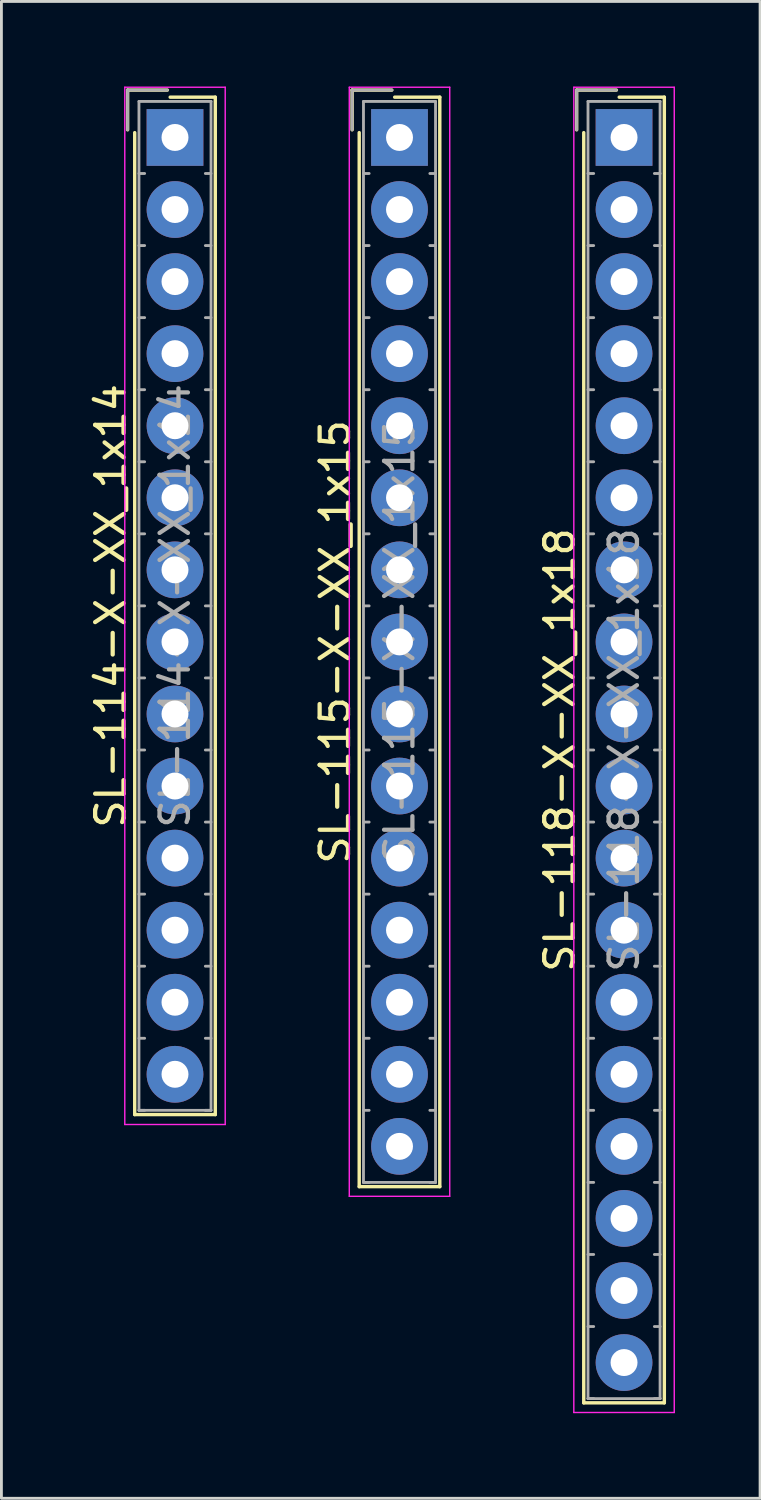
<source format=kicad_pcb>
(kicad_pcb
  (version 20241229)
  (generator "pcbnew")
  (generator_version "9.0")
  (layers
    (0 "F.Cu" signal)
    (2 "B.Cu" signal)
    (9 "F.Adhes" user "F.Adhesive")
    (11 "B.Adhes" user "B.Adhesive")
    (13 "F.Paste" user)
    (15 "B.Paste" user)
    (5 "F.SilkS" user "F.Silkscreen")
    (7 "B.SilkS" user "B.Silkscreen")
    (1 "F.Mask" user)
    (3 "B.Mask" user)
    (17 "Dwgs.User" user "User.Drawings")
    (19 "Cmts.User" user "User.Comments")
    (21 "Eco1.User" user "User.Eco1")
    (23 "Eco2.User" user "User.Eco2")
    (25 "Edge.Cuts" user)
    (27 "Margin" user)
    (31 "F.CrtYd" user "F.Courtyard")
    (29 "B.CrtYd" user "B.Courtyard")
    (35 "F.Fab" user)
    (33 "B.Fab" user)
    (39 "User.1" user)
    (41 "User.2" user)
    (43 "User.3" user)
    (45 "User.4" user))
  (footprint "SL-118-X-XX_1x18"
    (layer "F.Cu")
    (at 18.945 1.795)
    (property "Reference" "SL-118-X-XX_1x18" (at -2.27 21.59 90) (layer "F.SilkS") (effects (font (size 1 1) (thickness 0.15))))
    (attr through_hole)
    (fp_line (start -1.67 -1.67) (end -1.67 -0.27) (stroke (width 0.12) (type solid)) (layer "F.SilkS"))
    (fp_line (start -1.42 44.6) (end -1.42 -0.17) (stroke (width 0.12) (type solid)) (layer "F.SilkS"))
    (fp_line (start -0.27 -1.67) (end -1.67 -1.67) (stroke (width 0.12) (type solid)) (layer "F.SilkS"))
    (fp_line (start -0.17 -1.42) (end 1.42 -1.42) (stroke (width 0.12) (type solid)) (layer "F.SilkS"))
    (fp_line (start 1.42 -1.42) (end 1.42 44.6) (stroke (width 0.12) (type solid)) (layer "F.SilkS"))
    (fp_line (start 1.42 44.6) (end -1.42 44.6) (stroke (width 0.12) (type solid)) (layer "F.SilkS"))
    (fp_line (start -1.77 -1.77) (end -1.77 44.94) (stroke (width 0.05) (type solid)) (layer "F.CrtYd"))
    (fp_line (start -1.77 44.94) (end 1.77 44.94) (stroke (width 0.05) (type solid)) (layer "F.CrtYd"))
    (fp_line (start 1.77 -1.77) (end -1.77 -1.77) (stroke (width 0.05) (type solid)) (layer "F.CrtYd"))
    (fp_line (start 1.77 44.94) (end 1.77 -1.77) (stroke (width 0.05) (type solid)) (layer "F.CrtYd"))
    (fp_line (start -1.67 -1.67) (end -1.67 -0.27) (stroke (width 0.1) (type solid)) (layer "F.Fab"))
    (fp_line (start -1.27 -1.27) (end -1.27 44.45) (stroke (width 0.1) (type solid)) (layer "F.Fab"))
    (fp_line (start -1.27 1.27) (end -1.07 1.27) (stroke (width 0.1) (type solid)) (layer "F.Fab"))
    (fp_line (start -1.27 3.81) (end -1.07 3.81) (stroke (width 0.1) (type solid)) (layer "F.Fab"))
    (fp_line (start -1.27 6.35) (end -1.07 6.35) (stroke (width 0.1) (type solid)) (layer "F.Fab"))
    (fp_line (start -1.27 8.89) (end -1.07 8.89) (stroke (width 0.1) (type solid)) (layer "F.Fab"))
    (fp_line (start -1.27 11.43) (end -1.07 11.43) (stroke (width 0.1) (type solid)) (layer "F.Fab"))
    (fp_line (start -1.27 13.97) (end -1.07 13.97) (stroke (width 0.1) (type solid)) (layer "F.Fab"))
    (fp_line (start -1.27 16.51) (end -1.07 16.51) (stroke (width 0.1) (type solid)) (layer "F.Fab"))
    (fp_line (start -1.27 19.05) (end -1.07 19.05) (stroke (width 0.1) (type solid)) (layer "F.Fab"))
    (fp_line (start -1.27 21.59) (end -1.07 21.59) (stroke (width 0.1) (type solid)) (layer "F.Fab"))
    (fp_line (start -1.27 24.13) (end -1.07 24.13) (stroke (width 0.1) (type solid)) (layer "F.Fab"))
    (fp_line (start -1.27 26.67) (end -1.07 26.67) (stroke (width 0.1) (type solid)) (layer "F.Fab"))
    (fp_line (start -1.27 29.21) (end -1.07 29.21) (stroke (width 0.1) (type solid)) (layer "F.Fab"))
    (fp_line (start -1.27 31.75) (end -1.07 31.75) (stroke (width 0.1) (type solid)) (layer "F.Fab"))
    (fp_line (start -1.27 34.29) (end -1.07 34.29) (stroke (width 0.1) (type solid)) (layer "F.Fab"))
    (fp_line (start -1.27 36.83) (end -1.07 36.83) (stroke (width 0.1) (type solid)) (layer "F.Fab"))
    (fp_line (start -1.27 39.37) (end -1.07 39.37) (stroke (width 0.1) (type solid)) (layer "F.Fab"))
    (fp_line (start -1.27 41.91) (end -1.07 41.91) (stroke (width 0.1) (type solid)) (layer "F.Fab"))
    (fp_line (start -1.27 44.45) (end -1.07 44.45) (stroke (width 0.1) (type solid)) (layer "F.Fab"))
    (fp_line (start -1.27 44.45) (end 1.27 44.45) (stroke (width 0.1) (type solid)) (layer "F.Fab"))
    (fp_line (start -0.27 -1.67) (end -1.67 -1.67) (stroke (width 0.1) (type solid)) (layer "F.Fab"))
    (fp_line (start 1.27 -1.27) (end -1.27 -1.27) (stroke (width 0.1) (type solid)) (layer "F.Fab"))
    (fp_line (start 1.27 1.27) (end 1.07 1.27) (stroke (width 0.1) (type solid)) (layer "F.Fab"))
    (fp_line (start 1.27 3.81) (end 1.07 3.81) (stroke (width 0.1) (type solid)) (layer "F.Fab"))
    (fp_line (start 1.27 6.35) (end 1.07 6.35) (stroke (width 0.1) (type solid)) (layer "F.Fab"))
    (fp_line (start 1.27 8.89) (end 1.07 8.89) (stroke (width 0.1) (type solid)) (layer "F.Fab"))
    (fp_line (start 1.27 11.43) (end 1.07 11.43) (stroke (width 0.1) (type solid)) (layer "F.Fab"))
    (fp_line (start 1.27 13.97) (end 1.07 13.97) (stroke (width 0.1) (type solid)) (layer "F.Fab"))
    (fp_line (start 1.27 16.51) (end 1.07 16.51) (stroke (width 0.1) (type solid)) (layer "F.Fab"))
    (fp_line (start 1.27 19.05) (end 1.07 19.05) (stroke (width 0.1) (type solid)) (layer "F.Fab"))
    (fp_line (start 1.27 21.59) (end 1.07 21.59) (stroke (width 0.1) (type solid)) (layer "F.Fab"))
    (fp_line (start 1.27 24.13) (end 1.07 24.13) (stroke (width 0.1) (type solid)) (layer "F.Fab"))
    (fp_line (start 1.27 26.67) (end 1.07 26.67) (stroke (width 0.1) (type solid)) (layer "F.Fab"))
    (fp_line (start 1.27 29.21) (end 1.07 29.21) (stroke (width 0.1) (type solid)) (layer "F.Fab"))
    (fp_line (start 1.27 31.75) (end 1.07 31.75) (stroke (width 0.1) (type solid)) (layer "F.Fab"))
    (fp_line (start 1.27 34.29) (end 1.07 34.29) (stroke (width 0.1) (type solid)) (layer "F.Fab"))
    (fp_line (start 1.27 36.83) (end 1.07 36.83) (stroke (width 0.1) (type solid)) (layer "F.Fab"))
    (fp_line (start 1.27 39.37) (end 1.07 39.37) (stroke (width 0.1) (type solid)) (layer "F.Fab"))
    (fp_line (start 1.27 41.91) (end 1.07 41.91) (stroke (width 0.1) (type solid)) (layer "F.Fab"))
    (fp_line (start 1.27 44.45) (end 1.07 44.45) (stroke (width 0.1) (type solid)) (layer "F.Fab"))
    (fp_line (start 1.27 44.45) (end 1.27 -1.27) (stroke (width 0.1) (type solid)) (layer "F.Fab"))
    (fp_text user "${REFERENCE}" (at 0 21.59 90) (layer "F.Fab") (effects (font (size 1 1) (thickness 0.15))))
    (pad "1" thru_hole rect (at 0 0) (size 2 2) (drill 0.95) (layers "*.Cu" "*.Mask"))
    (pad "2" thru_hole circle (at 0 2.54) (size 2 2) (drill 0.95) (layers "*.Cu" "*.Mask"))
    (pad "3" thru_hole circle (at 0 5.08) (size 2 2) (drill 0.95) (layers "*.Cu" "*.Mask"))
    (pad "4" thru_hole circle (at 0 7.62) (size 2 2) (drill 0.95) (layers "*.Cu" "*.Mask"))
    (pad "5" thru_hole circle (at 0 10.16) (size 2 2) (drill 0.95) (layers "*.Cu" "*.Mask"))
    (pad "6" thru_hole circle (at 0 12.7) (size 2 2) (drill 0.95) (layers "*.Cu" "*.Mask"))
    (pad "7" thru_hole circle (at 0 15.24) (size 2 2) (drill 0.95) (layers "*.Cu" "*.Mask"))
    (pad "8" thru_hole circle (at 0 17.78) (size 2 2) (drill 0.95) (layers "*.Cu" "*.Mask"))
    (pad "9" thru_hole circle (at 0 20.32) (size 2 2) (drill 0.95) (layers "*.Cu" "*.Mask"))
    (pad "10" thru_hole circle (at 0 22.86) (size 2 2) (drill 0.95) (layers "*.Cu" "*.Mask"))
    (pad "11" thru_hole circle (at 0 25.4) (size 2 2) (drill 0.95) (layers "*.Cu" "*.Mask"))
    (pad "12" thru_hole circle (at 0 27.94) (size 2 2) (drill 0.95) (layers "*.Cu" "*.Mask"))
    (pad "13" thru_hole circle (at 0 30.48) (size 2 2) (drill 0.95) (layers "*.Cu" "*.Mask"))
    (pad "14" thru_hole circle (at 0 33.02) (size 2 2) (drill 0.95) (layers "*.Cu" "*.Mask"))
    (pad "15" thru_hole circle (at 0 35.56) (size 2 2) (drill 0.95) (layers "*.Cu" "*.Mask"))
    (pad "16" thru_hole circle (at 0 38.1) (size 2 2) (drill 0.95) (layers "*.Cu" "*.Mask"))
    (pad "17" thru_hole circle (at 0 40.64) (size 2 2) (drill 0.95) (layers "*.Cu" "*.Mask"))
    (pad "18" thru_hole circle (at 0 43.18) (size 2 2) (drill 0.95) (layers "*.Cu" "*.Mask")))
  (footprint "SL-115-X-XX_1x15"
    (layer "F.Cu")
    (at 11.031 1.795)
    (property "Reference" "SL-115-X-XX_1x15" (at -2.27 17.78 90) (layer "F.SilkS") (effects (font (size 1 1) (thickness 0.15))))
    (attr through_hole)
    (fp_line (start -1.67 -1.67) (end -1.67 -0.27) (stroke (width 0.12) (type solid)) (layer "F.SilkS"))
    (fp_line (start -1.42 36.98) (end -1.42 -0.17) (stroke (width 0.12) (type solid)) (layer "F.SilkS"))
    (fp_line (start -0.27 -1.67) (end -1.67 -1.67) (stroke (width 0.12) (type solid)) (layer "F.SilkS"))
    (fp_line (start -0.17 -1.42) (end 1.42 -1.42) (stroke (width 0.12) (type solid)) (layer "F.SilkS"))
    (fp_line (start 1.42 -1.42) (end 1.42 36.98) (stroke (width 0.12) (type solid)) (layer "F.SilkS"))
    (fp_line (start 1.42 36.98) (end -1.42 36.98) (stroke (width 0.12) (type solid)) (layer "F.SilkS"))
    (fp_line (start -1.77 -1.77) (end -1.77 37.32) (stroke (width 0.05) (type solid)) (layer "F.CrtYd"))
    (fp_line (start -1.77 37.32) (end 1.77 37.32) (stroke (width 0.05) (type solid)) (layer "F.CrtYd"))
    (fp_line (start 1.77 -1.77) (end -1.77 -1.77) (stroke (width 0.05) (type solid)) (layer "F.CrtYd"))
    (fp_line (start 1.77 37.32) (end 1.77 -1.77) (stroke (width 0.05) (type solid)) (layer "F.CrtYd"))
    (fp_line (start -1.67 -1.67) (end -1.67 -0.27) (stroke (width 0.1) (type solid)) (layer "F.Fab"))
    (fp_line (start -1.27 -1.27) (end -1.27 36.83) (stroke (width 0.1) (type solid)) (layer "F.Fab"))
    (fp_line (start -1.27 1.27) (end -1.07 1.27) (stroke (width 0.1) (type solid)) (layer "F.Fab"))
    (fp_line (start -1.27 3.81) (end -1.07 3.81) (stroke (width 0.1) (type solid)) (layer "F.Fab"))
    (fp_line (start -1.27 6.35) (end -1.07 6.35) (stroke (width 0.1) (type solid)) (layer "F.Fab"))
    (fp_line (start -1.27 8.89) (end -1.07 8.89) (stroke (width 0.1) (type solid)) (layer "F.Fab"))
    (fp_line (start -1.27 11.43) (end -1.07 11.43) (stroke (width 0.1) (type solid)) (layer "F.Fab"))
    (fp_line (start -1.27 13.97) (end -1.07 13.97) (stroke (width 0.1) (type solid)) (layer "F.Fab"))
    (fp_line (start -1.27 16.51) (end -1.07 16.51) (stroke (width 0.1) (type solid)) (layer "F.Fab"))
    (fp_line (start -1.27 19.05) (end -1.07 19.05) (stroke (width 0.1) (type solid)) (layer "F.Fab"))
    (fp_line (start -1.27 21.59) (end -1.07 21.59) (stroke (width 0.1) (type solid)) (layer "F.Fab"))
    (fp_line (start -1.27 24.13) (end -1.07 24.13) (stroke (width 0.1) (type solid)) (layer "F.Fab"))
    (fp_line (start -1.27 26.67) (end -1.07 26.67) (stroke (width 0.1) (type solid)) (layer "F.Fab"))
    (fp_line (start -1.27 29.21) (end -1.07 29.21) (stroke (width 0.1) (type solid)) (layer "F.Fab"))
    (fp_line (start -1.27 31.75) (end -1.07 31.75) (stroke (width 0.1) (type solid)) (layer "F.Fab"))
    (fp_line (start -1.27 34.29) (end -1.07 34.29) (stroke (width 0.1) (type solid)) (layer "F.Fab"))
    (fp_line (start -1.27 36.83) (end -1.07 36.83) (stroke (width 0.1) (type solid)) (layer "F.Fab"))
    (fp_line (start -1.27 36.83) (end 1.27 36.83) (stroke (width 0.1) (type solid)) (layer "F.Fab"))
    (fp_line (start -0.27 -1.67) (end -1.67 -1.67) (stroke (width 0.1) (type solid)) (layer "F.Fab"))
    (fp_line (start 1.27 -1.27) (end -1.27 -1.27) (stroke (width 0.1) (type solid)) (layer "F.Fab"))
    (fp_line (start 1.27 1.27) (end 1.07 1.27) (stroke (width 0.1) (type solid)) (layer "F.Fab"))
    (fp_line (start 1.27 3.81) (end 1.07 3.81) (stroke (width 0.1) (type solid)) (layer "F.Fab"))
    (fp_line (start 1.27 6.35) (end 1.07 6.35) (stroke (width 0.1) (type solid)) (layer "F.Fab"))
    (fp_line (start 1.27 8.89) (end 1.07 8.89) (stroke (width 0.1) (type solid)) (layer "F.Fab"))
    (fp_line (start 1.27 11.43) (end 1.07 11.43) (stroke (width 0.1) (type solid)) (layer "F.Fab"))
    (fp_line (start 1.27 13.97) (end 1.07 13.97) (stroke (width 0.1) (type solid)) (layer "F.Fab"))
    (fp_line (start 1.27 16.51) (end 1.07 16.51) (stroke (width 0.1) (type solid)) (layer "F.Fab"))
    (fp_line (start 1.27 19.05) (end 1.07 19.05) (stroke (width 0.1) (type solid)) (layer "F.Fab"))
    (fp_line (start 1.27 21.59) (end 1.07 21.59) (stroke (width 0.1) (type solid)) (layer "F.Fab"))
    (fp_line (start 1.27 24.13) (end 1.07 24.13) (stroke (width 0.1) (type solid)) (layer "F.Fab"))
    (fp_line (start 1.27 26.67) (end 1.07 26.67) (stroke (width 0.1) (type solid)) (layer "F.Fab"))
    (fp_line (start 1.27 29.21) (end 1.07 29.21) (stroke (width 0.1) (type solid)) (layer "F.Fab"))
    (fp_line (start 1.27 31.75) (end 1.07 31.75) (stroke (width 0.1) (type solid)) (layer "F.Fab"))
    (fp_line (start 1.27 34.29) (end 1.07 34.29) (stroke (width 0.1) (type solid)) (layer "F.Fab"))
    (fp_line (start 1.27 36.83) (end 1.07 36.83) (stroke (width 0.1) (type solid)) (layer "F.Fab"))
    (fp_line (start 1.27 36.83) (end 1.27 -1.27) (stroke (width 0.1) (type solid)) (layer "F.Fab"))
    (fp_text user "${REFERENCE}" (at 0 17.78 90) (layer "F.Fab") (effects (font (size 1 1) (thickness 0.15))))
    (pad "1" thru_hole rect (at 0 0) (size 2 2) (drill 0.95) (layers "*.Cu" "*.Mask"))
    (pad "2" thru_hole circle (at 0 2.54) (size 2 2) (drill 0.95) (layers "*.Cu" "*.Mask"))
    (pad "3" thru_hole circle (at 0 5.08) (size 2 2) (drill 0.95) (layers "*.Cu" "*.Mask"))
    (pad "4" thru_hole circle (at 0 7.62) (size 2 2) (drill 0.95) (layers "*.Cu" "*.Mask"))
    (pad "5" thru_hole circle (at 0 10.16) (size 2 2) (drill 0.95) (layers "*.Cu" "*.Mask"))
    (pad "6" thru_hole circle (at 0 12.7) (size 2 2) (drill 0.95) (layers "*.Cu" "*.Mask"))
    (pad "7" thru_hole circle (at 0 15.24) (size 2 2) (drill 0.95) (layers "*.Cu" "*.Mask"))
    (pad "8" thru_hole circle (at 0 17.78) (size 2 2) (drill 0.95) (layers "*.Cu" "*.Mask"))
    (pad "9" thru_hole circle (at 0 20.32) (size 2 2) (drill 0.95) (layers "*.Cu" "*.Mask"))
    (pad "10" thru_hole circle (at 0 22.86) (size 2 2) (drill 0.95) (layers "*.Cu" "*.Mask"))
    (pad "11" thru_hole circle (at 0 25.4) (size 2 2) (drill 0.95) (layers "*.Cu" "*.Mask"))
    (pad "12" thru_hole circle (at 0 27.94) (size 2 2) (drill 0.95) (layers "*.Cu" "*.Mask"))
    (pad "13" thru_hole circle (at 0 30.48) (size 2 2) (drill 0.95) (layers "*.Cu" "*.Mask"))
    (pad "14" thru_hole circle (at 0 33.02) (size 2 2) (drill 0.95) (layers "*.Cu" "*.Mask"))
    (pad "15" thru_hole circle (at 0 35.56) (size 2 2) (drill 0.95) (layers "*.Cu" "*.Mask")))
  (footprint "SL-114-X-XX_1x14"
    (layer "F.Cu")
    (at 3.118 1.795)
    (property "Reference" "SL-114-X-XX_1x14" (at -2.27 16.51 90) (layer "F.SilkS") (effects (font (size 1 1) (thickness 0.15))))
    (attr through_hole)
    (fp_line (start -1.67 -1.67) (end -1.67 -0.27) (stroke (width 0.12) (type solid)) (layer "F.SilkS"))
    (fp_line (start -1.42 34.44) (end -1.42 -0.17) (stroke (width 0.12) (type solid)) (layer "F.SilkS"))
    (fp_line (start -0.27 -1.67) (end -1.67 -1.67) (stroke (width 0.12) (type solid)) (layer "F.SilkS"))
    (fp_line (start -0.17 -1.42) (end 1.42 -1.42) (stroke (width 0.12) (type solid)) (layer "F.SilkS"))
    (fp_line (start 1.42 -1.42) (end 1.42 34.44) (stroke (width 0.12) (type solid)) (layer "F.SilkS"))
    (fp_line (start 1.42 34.44) (end -1.42 34.44) (stroke (width 0.12) (type solid)) (layer "F.SilkS"))
    (fp_line (start -1.77 -1.77) (end -1.77 34.79) (stroke (width 0.05) (type solid)) (layer "F.CrtYd"))
    (fp_line (start -1.77 34.79) (end 1.77 34.79) (stroke (width 0.05) (type solid)) (layer "F.CrtYd"))
    (fp_line (start 1.77 -1.77) (end -1.77 -1.77) (stroke (width 0.05) (type solid)) (layer "F.CrtYd"))
    (fp_line (start 1.77 34.79) (end 1.77 -1.77) (stroke (width 0.05) (type solid)) (layer "F.CrtYd"))
    (fp_line (start -1.67 -1.67) (end -1.67 -0.27) (stroke (width 0.1) (type solid)) (layer "F.Fab"))
    (fp_line (start -1.27 -1.27) (end -1.27 34.29) (stroke (width 0.1) (type solid)) (layer "F.Fab"))
    (fp_line (start -1.27 1.27) (end -1.07 1.27) (stroke (width 0.1) (type solid)) (layer "F.Fab"))
    (fp_line (start -1.27 3.81) (end -1.07 3.81) (stroke (width 0.1) (type solid)) (layer "F.Fab"))
    (fp_line (start -1.27 6.35) (end -1.07 6.35) (stroke (width 0.1) (type solid)) (layer "F.Fab"))
    (fp_line (start -1.27 8.89) (end -1.07 8.89) (stroke (width 0.1) (type solid)) (layer "F.Fab"))
    (fp_line (start -1.27 11.43) (end -1.07 11.43) (stroke (width 0.1) (type solid)) (layer "F.Fab"))
    (fp_line (start -1.27 13.97) (end -1.07 13.97) (stroke (width 0.1) (type solid)) (layer "F.Fab"))
    (fp_line (start -1.27 16.51) (end -1.07 16.51) (stroke (width 0.1) (type solid)) (layer "F.Fab"))
    (fp_line (start -1.27 19.05) (end -1.07 19.05) (stroke (width 0.1) (type solid)) (layer "F.Fab"))
    (fp_line (start -1.27 21.59) (end -1.07 21.59) (stroke (width 0.1) (type solid)) (layer "F.Fab"))
    (fp_line (start -1.27 24.13) (end -1.07 24.13) (stroke (width 0.1) (type solid)) (layer "F.Fab"))
    (fp_line (start -1.27 26.67) (end -1.07 26.67) (stroke (width 0.1) (type solid)) (layer "F.Fab"))
    (fp_line (start -1.27 29.21) (end -1.07 29.21) (stroke (width 0.1) (type solid)) (layer "F.Fab"))
    (fp_line (start -1.27 31.75) (end -1.07 31.75) (stroke (width 0.1) (type solid)) (layer "F.Fab"))
    (fp_line (start -1.27 34.29) (end -1.07 34.29) (stroke (width 0.1) (type solid)) (layer "F.Fab"))
    (fp_line (start -1.27 34.29) (end 1.27 34.29) (stroke (width 0.1) (type solid)) (layer "F.Fab"))
    (fp_line (start -0.27 -1.67) (end -1.67 -1.67) (stroke (width 0.1) (type solid)) (layer "F.Fab"))
    (fp_line (start 1.27 -1.27) (end -1.27 -1.27) (stroke (width 0.1) (type solid)) (layer "F.Fab"))
    (fp_line (start 1.27 1.27) (end 1.07 1.27) (stroke (width 0.1) (type solid)) (layer "F.Fab"))
    (fp_line (start 1.27 3.81) (end 1.07 3.81) (stroke (width 0.1) (type solid)) (layer "F.Fab"))
    (fp_line (start 1.27 6.35) (end 1.07 6.35) (stroke (width 0.1) (type solid)) (layer "F.Fab"))
    (fp_line (start 1.27 8.89) (end 1.07 8.89) (stroke (width 0.1) (type solid)) (layer "F.Fab"))
    (fp_line (start 1.27 11.43) (end 1.07 11.43) (stroke (width 0.1) (type solid)) (layer "F.Fab"))
    (fp_line (start 1.27 13.97) (end 1.07 13.97) (stroke (width 0.1) (type solid)) (layer "F.Fab"))
    (fp_line (start 1.27 16.51) (end 1.07 16.51) (stroke (width 0.1) (type solid)) (layer "F.Fab"))
    (fp_line (start 1.27 19.05) (end 1.07 19.05) (stroke (width 0.1) (type solid)) (layer "F.Fab"))
    (fp_line (start 1.27 21.59) (end 1.07 21.59) (stroke (width 0.1) (type solid)) (layer "F.Fab"))
    (fp_line (start 1.27 24.13) (end 1.07 24.13) (stroke (width 0.1) (type solid)) (layer "F.Fab"))
    (fp_line (start 1.27 26.67) (end 1.07 26.67) (stroke (width 0.1) (type solid)) (layer "F.Fab"))
    (fp_line (start 1.27 29.21) (end 1.07 29.21) (stroke (width 0.1) (type solid)) (layer "F.Fab"))
    (fp_line (start 1.27 31.75) (end 1.07 31.75) (stroke (width 0.1) (type solid)) (layer "F.Fab"))
    (fp_line (start 1.27 34.29) (end 1.07 34.29) (stroke (width 0.1) (type solid)) (layer "F.Fab"))
    (fp_line (start 1.27 34.29) (end 1.27 -1.27) (stroke (width 0.1) (type solid)) (layer "F.Fab"))
    (fp_text user "${REFERENCE}" (at 0 16.51 90) (layer "F.Fab") (effects (font (size 1 1) (thickness 0.15))))
    (pad "1" thru_hole rect (at 0 0) (size 2 2) (drill 0.95) (layers "*.Cu" "*.Mask"))
    (pad "2" thru_hole circle (at 0 2.54) (size 2 2) (drill 0.95) (layers "*.Cu" "*.Mask"))
    (pad "3" thru_hole circle (at 0 5.08) (size 2 2) (drill 0.95) (layers "*.Cu" "*.Mask"))
    (pad "4" thru_hole circle (at 0 7.62) (size 2 2) (drill 0.95) (layers "*.Cu" "*.Mask"))
    (pad "5" thru_hole circle (at 0 10.16) (size 2 2) (drill 0.95) (layers "*.Cu" "*.Mask"))
    (pad "6" thru_hole circle (at 0 12.7) (size 2 2) (drill 0.95) (layers "*.Cu" "*.Mask"))
    (pad "7" thru_hole circle (at 0 15.24) (size 2 2) (drill 0.95) (layers "*.Cu" "*.Mask"))
    (pad "8" thru_hole circle (at 0 17.78) (size 2 2) (drill 0.95) (layers "*.Cu" "*.Mask"))
    (pad "9" thru_hole circle (at 0 20.32) (size 2 2) (drill 0.95) (layers "*.Cu" "*.Mask"))
    (pad "10" thru_hole circle (at 0 22.86) (size 2 2) (drill 0.95) (layers "*.Cu" "*.Mask"))
    (pad "11" thru_hole circle (at 0 25.4) (size 2 2) (drill 0.95) (layers "*.Cu" "*.Mask"))
    (pad "12" thru_hole circle (at 0 27.94) (size 2 2) (drill 0.95) (layers "*.Cu" "*.Mask"))
    (pad "13" thru_hole circle (at 0 30.48) (size 2 2) (drill 0.95) (layers "*.Cu" "*.Mask"))
    (pad "14" thru_hole circle (at 0 33.02) (size 2 2) (drill 0.95) (layers "*.Cu" "*.Mask")))
  (gr_rect
    (start -3 -3)
    (end 23.74 49.76)
    (stroke (width 0.1) (type default))
    (fill no)
    (layer "Edge.Cuts")))
</source>
